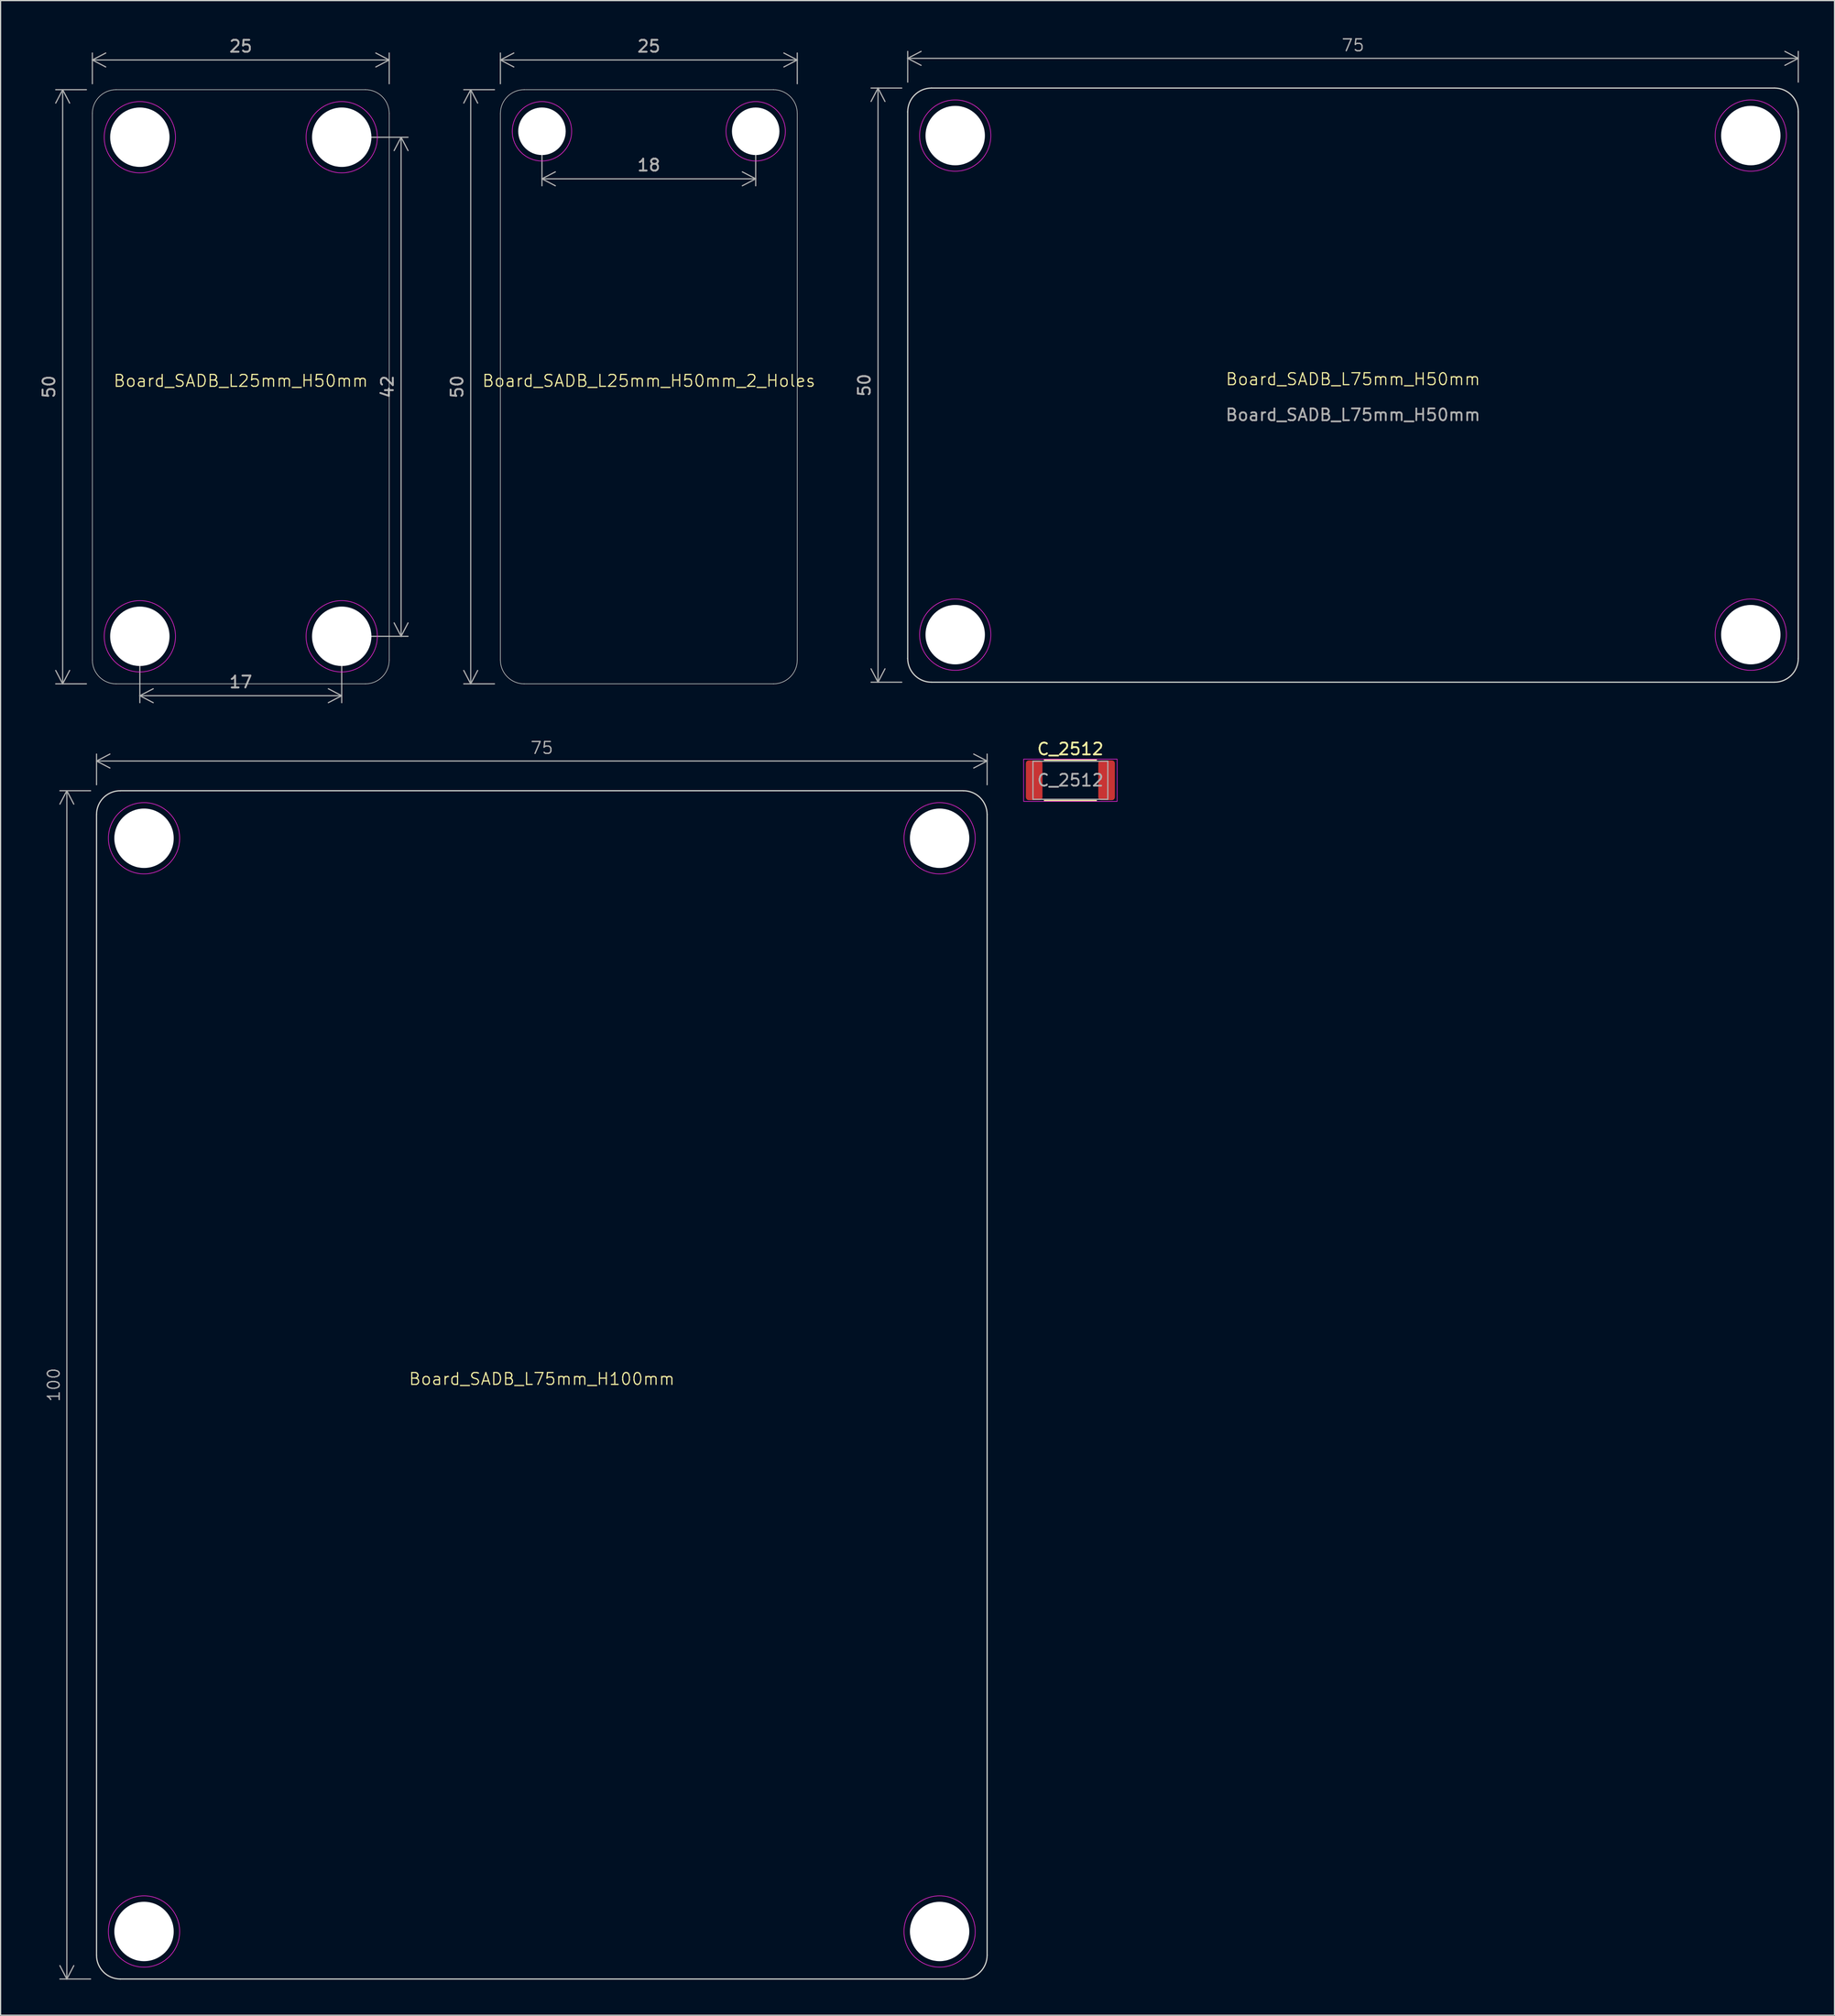
<source format=kicad_pcb>
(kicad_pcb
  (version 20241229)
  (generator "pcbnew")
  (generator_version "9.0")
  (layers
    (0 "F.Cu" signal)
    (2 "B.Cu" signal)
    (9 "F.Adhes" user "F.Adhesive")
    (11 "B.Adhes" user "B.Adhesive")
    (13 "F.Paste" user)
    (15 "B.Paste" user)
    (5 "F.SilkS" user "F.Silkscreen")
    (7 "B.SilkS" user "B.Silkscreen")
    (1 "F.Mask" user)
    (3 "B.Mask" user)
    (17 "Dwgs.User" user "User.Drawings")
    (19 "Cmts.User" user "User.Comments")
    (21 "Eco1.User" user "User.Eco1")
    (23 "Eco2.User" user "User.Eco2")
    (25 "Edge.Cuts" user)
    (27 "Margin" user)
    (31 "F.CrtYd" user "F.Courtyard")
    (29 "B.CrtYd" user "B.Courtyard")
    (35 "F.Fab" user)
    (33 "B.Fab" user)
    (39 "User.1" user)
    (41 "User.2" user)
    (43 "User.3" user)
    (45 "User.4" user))
  (footprint "Board_SADB_L75mm_H100mm"
    (layer "F.Cu")
    (at 42.579 113.495)
    (property "Reference" "Board_SADB_L75mm_H100mm" (at 0 -0.5 0) (unlocked yes) (layer "F.SilkS") (effects (font (size 1 1) (thickness 0.1))))
    (attr through_hole)
    (fp_line (start -37.5 48) (end -37.5 -48) (stroke (width 0.1) (type default)) (layer "Edge.Cuts"))
    (fp_line (start -35.5 -50) (end 35.5 -50) (stroke (width 0.1) (type default)) (layer "Edge.Cuts"))
    (fp_line (start 35.5 50) (end -35.5 50) (stroke (width 0.1) (type default)) (layer "Edge.Cuts"))
    (fp_line (start 37.5 -48) (end 37.5 48) (stroke (width 0.1) (type default)) (layer "Edge.Cuts"))
    (fp_arc (start -37.5 -48) (mid -36.914214 -49.414214) (end -35.5 -50) (stroke (width 0.1) (type default)) (layer "Edge.Cuts"))
    (fp_arc (start -35.5 50) (mid -36.914214 49.414214) (end -37.5 48) (stroke (width 0.1) (type default)) (layer "Edge.Cuts"))
    (fp_arc (start 35.5 -50) (mid 36.914214 -49.414214) (end 37.5 -48) (stroke (width 0.1) (type default)) (layer "Edge.Cuts"))
    (fp_arc (start 37.5 48) (mid 36.914214 49.414214) (end 35.5 50) (stroke (width 0.1) (type default)) (layer "Edge.Cuts"))
    (fp_circle (center -33.5 -46) (end -30.5 -46) (stroke (width 0.05) (type default)) (fill no) (layer "F.CrtYd"))
    (fp_circle (center -33.5 46) (end -30.5 46) (stroke (width 0.05) (type default)) (fill no) (layer "F.CrtYd"))
    (fp_circle (center 33.5 -46) (end 36.5 -46) (stroke (width 0.05) (type default)) (fill no) (layer "F.CrtYd"))
    (fp_circle (center 33.5 46) (end 36.5 46) (stroke (width 0.05) (type default)) (fill no) (layer "F.CrtYd"))
    (dimension (type orthogonal) (layer "F.Fab") (pts (xy 5.079 63.495) (xy 5.079 163.495)) (height -2.5) (orientation 1) (format (prefix "") (suffix "") (units 3) (units_format 0) (precision 4) (suppress_zeroes yes)) (style (thickness 0.1) (arrow_length 1.27) (text_position_mode 0) (arrow_direction outward) (extension_height 0.586) (extension_offset 0.5) (keep_text_aligned yes)) (gr_text "100" (at 1.479 113.495 90) (layer "F.Fab") (effects (font (size 1 1) (thickness 0.1)))))
    (dimension (type orthogonal) (layer "F.Fab") (pts (xy 80.079 63.495) (xy 5.079 63.495)) (height -2.5) (orientation 0) (format (prefix "") (suffix "") (units 3) (units_format 0) (precision 4) (suppress_zeroes yes)) (style (thickness 0.1) (arrow_length 1.27) (text_position_mode 0) (arrow_direction outward) (extension_height 0.586) (extension_offset 0.5) (keep_text_aligned yes)) (gr_text "75" (at 42.579 59.895 0) (layer "F.Fab") (effects (font (size 1 1) (thickness 0.1)))))
    (pad "" np_thru_hole circle (at -33.5 -46) (size 5 5) (drill 5) (layers "*.Cu" "*.Mask"))
    (pad "" np_thru_hole circle (at -33.5 46) (size 5 5) (drill 5) (layers "*.Cu" "*.Mask"))
    (pad "" np_thru_hole circle (at 33.5 -46) (size 5 5) (drill 5) (layers "*.Cu" "*.Mask"))
    (pad "" np_thru_hole circle (at 33.5 46) (size 5 5) (drill 5) (layers "*.Cu" "*.Mask")))
  (footprint "Board_SADB_L75mm_H50mm"
    (layer "F.Cu")
    (at 110.892 29.36)
    (property "Reference" "Board_SADB_L75mm_H50mm" (at 0 -0.5 0) (unlocked yes) (layer "F.SilkS") (effects (font (size 1 1) (thickness 0.1))))
    (attr through_hole)
    (fp_line (start -37.5 23) (end -37.5 -23) (stroke (width 0.1) (type default)) (layer "Edge.Cuts"))
    (fp_line (start -35.5 -25) (end 35.5 -25) (stroke (width 0.1) (type default)) (layer "Edge.Cuts"))
    (fp_line (start 35.5 25) (end -35.5 25) (stroke (width 0.1) (type default)) (layer "Edge.Cuts"))
    (fp_line (start 37.5 -23) (end 37.5 23) (stroke (width 0.1) (type default)) (layer "Edge.Cuts"))
    (fp_arc (start -37.5 -23) (mid -36.914214 -24.414214) (end -35.5 -25) (stroke (width 0.1) (type default)) (layer "Edge.Cuts"))
    (fp_arc (start -35.5 25) (mid -36.914214 24.414214) (end -37.5 23) (stroke (width 0.1) (type default)) (layer "Edge.Cuts"))
    (fp_arc (start 35.5 -25) (mid 36.914214 -24.414214) (end 37.5 -23) (stroke (width 0.1) (type default)) (layer "Edge.Cuts"))
    (fp_arc (start 37.5 23) (mid 36.914214 24.414214) (end 35.5 25) (stroke (width 0.1) (type default)) (layer "Edge.Cuts"))
    (fp_circle (center -33.5 -21) (end -30.5 -21) (stroke (width 0.05) (type default)) (fill no) (layer "F.CrtYd"))
    (fp_circle (center -33.5 21) (end -30.5 21) (stroke (width 0.05) (type default)) (fill no) (layer "F.CrtYd"))
    (fp_circle (center 33.5 -21) (end 36.5 -21) (stroke (width 0.05) (type default)) (fill no) (layer "F.CrtYd"))
    (fp_circle (center 33.5 21) (end 36.5 21) (stroke (width 0.05) (type default)) (fill no) (layer "F.CrtYd"))
    (fp_text user "${REFERENCE}" (at 0 2.5 0) (unlocked yes) (layer "F.Fab") (effects (font (size 1 1) (thickness 0.15))))
    (dimension (type orthogonal) (layer "F.Fab") (pts (xy 73.392 4.361) (xy 73.392 54.361)) (height -2.5) (orientation 1) (format (prefix "") (suffix "") (units 3) (units_format 0) (precision 4) (suppress_zeroes yes)) (style (thickness 0.1) (arrow_length 1.27) (text_position_mode 0) (arrow_direction outward) (extension_height 0.586) (extension_offset 0.5) (keep_text_aligned yes)) (gr_text "50" (at 69.742 29.36 90) (layer "F.Fab") (effects (font (size 1 1) (thickness 0.15)))))
    (dimension (type orthogonal) (layer "F.Fab") (pts (xy 148.392 4.361) (xy 73.392 4.361)) (height -2.5) (orientation 0) (format (prefix "") (suffix "") (units 3) (units_format 0) (precision 4) (suppress_zeroes yes)) (style (thickness 0.1) (arrow_length 1.27) (text_position_mode 0) (arrow_direction outward) (extension_height 0.586) (extension_offset 0.5) (keep_text_aligned yes)) (gr_text "75" (at 110.892 0.76 0) (layer "F.Fab") (effects (font (size 1 1) (thickness 0.1)))))
    (pad "" np_thru_hole circle (at -33.5 -21) (size 5 5) (drill 5) (layers "*.Cu" "*.Mask"))
    (pad "" np_thru_hole circle (at -33.5 21) (size 5 5) (drill 5) (layers "*.Cu" "*.Mask"))
    (pad "" np_thru_hole circle (at 33.5 -21) (size 5 5) (drill 5) (layers "*.Cu" "*.Mask"))
    (pad "" np_thru_hole circle (at 33.5 21) (size 5 5) (drill 5) (layers "*.Cu" "*.Mask")))
  (footprint "C_2512"
    (layer "F.Cu")
    (at 87.091 62.613)
    (property "Reference" "C_2512" (at 0 -2.63 0) (layer "F.SilkS") (effects (font (size 1 1) (thickness 0.15))))
    (attr smd)
    (fp_line (start -2.177 -1.71) (end 2.177 -1.71) (stroke (width 0.12) (type solid)) (layer "F.SilkS"))
    (fp_line (start -2.177 1.71) (end 2.177 1.71) (stroke (width 0.12) (type solid)) (layer "F.SilkS"))
    (fp_rect (start -3.937 -1.778) (end 3.937 1.778) (stroke (width 0.05) (type default)) (fill no) (layer "F.CrtYd"))
    (fp_line (start -3.15 -1.6) (end 3.15 -1.6) (stroke (width 0.1) (type solid)) (layer "F.Fab"))
    (fp_line (start -3.15 1.6) (end -3.15 -1.6) (stroke (width 0.1) (type solid)) (layer "F.Fab"))
    (fp_line (start 3.15 -1.6) (end 3.15 1.6) (stroke (width 0.1) (type solid)) (layer "F.Fab"))
    (fp_line (start 3.15 1.6) (end -3.15 1.6) (stroke (width 0.1) (type solid)) (layer "F.Fab"))
    (fp_text user "${REFERENCE}" (at 0 0 0) (layer "F.Fab") (effects (font (size 1 1) (thickness 0.15))))
    (pad "1" smd roundrect (at -3.05 0) (size 1.4 3.35) (layers "F.Cu" "F.Mask" "F.Paste") (roundrect_rratio 0.179))
    (pad "2" smd roundrect (at 3.05 0) (size 1.4 3.35) (layers "F.Cu" "F.Mask" "F.Paste") (roundrect_rratio 0.179)))
  (footprint "Board_SADB_L25mm_H50mm"
    (layer "F.Cu")
    (at 17.227 29.498)
    (property "Reference" "Board_SADB_L25mm_H50mm" (at 0 -0.5 0) (unlocked yes) (layer "F.SilkS") (effects (font (size 1 1) (thickness 0.1))))
    (attr through_hole)
    (fp_line (start -12.5 23) (end -12.5 -23) (stroke (width 0.05) (type default)) (layer "Edge.Cuts"))
    (fp_line (start -10.5 -25) (end 10.5 -25) (stroke (width 0.05) (type default)) (layer "Edge.Cuts"))
    (fp_line (start 10.5 25) (end -10.5 25) (stroke (width 0.05) (type default)) (layer "Edge.Cuts"))
    (fp_line (start 12.5 -23) (end 12.5 23) (stroke (width 0.05) (type default)) (layer "Edge.Cuts"))
    (fp_arc (start -12.5 -23) (mid -11.914214 -24.414214) (end -10.5 -25) (stroke (width 0.05) (type default)) (layer "Edge.Cuts"))
    (fp_arc (start -10.5 25) (mid -11.914214 24.414214) (end -12.5 23) (stroke (width 0.05) (type default)) (layer "Edge.Cuts"))
    (fp_arc (start 10.5 -25) (mid 11.914214 -24.414214) (end 12.5 -23) (stroke (width 0.05) (type default)) (layer "Edge.Cuts"))
    (fp_arc (start 12.5 23) (mid 11.914214 24.414214) (end 10.5 25) (stroke (width 0.05) (type default)) (layer "Edge.Cuts"))
    (fp_circle (center -8.5 -21) (end -5.5 -21) (stroke (width 0.05) (type default)) (fill no) (layer "F.CrtYd"))
    (fp_circle (center -8.5 21) (end -5.5 21) (stroke (width 0.05) (type default)) (fill no) (layer "F.CrtYd"))
    (fp_circle (center 8.5 -21) (end 11.5 -21) (stroke (width 0.05) (type default)) (fill no) (layer "F.CrtYd"))
    (fp_circle (center 8.5 21) (end 11.5 21) (stroke (width 0.05) (type default)) (fill no) (layer "F.CrtYd"))
    (dimension (type orthogonal) (layer "F.Fab") (pts (xy 4.727 54.498) (xy 4.727 4.498)) (height -2.5) (orientation 1) (format (prefix "") (suffix "") (units 3) (units_format 0) (precision 4) (suppress_zeroes yes)) (style (thickness 0.1) (arrow_length 1.27) (text_position_mode 0) (arrow_direction outward) (extension_height 0.586) (extension_offset 0.5) (keep_text_aligned yes)) (gr_text "50" (at 1.077 29.498 90) (layer "F.Fab") (effects (font (size 1 1) (thickness 0.15)))))
    (dimension (type orthogonal) (layer "F.Fab") (pts (xy 25.727 50.498) (xy 25.727 8.498)) (height 5) (orientation 1) (format (prefix "") (suffix "") (units 3) (units_format 0) (precision 4) (suppress_zeroes yes)) (style (thickness 0.1) (arrow_length 1.27) (text_position_mode 0) (arrow_direction outward) (extension_height 0.586) (extension_offset 0.5) (keep_text_aligned yes)) (gr_text "42" (at 29.577 29.498 90) (layer "F.Fab") (effects (font (size 1 1) (thickness 0.15)))))
    (dimension (type orthogonal) (layer "F.Fab") (pts (xy 25.727 50.498) (xy 8.727 50.498)) (height 5) (orientation 0) (format (prefix "") (suffix "") (units 3) (units_format 0) (precision 4) (suppress_zeroes yes)) (style (thickness 0.1) (arrow_length 1.27) (text_position_mode 0) (arrow_direction outward) (extension_height 0.586) (extension_offset 0.5) (keep_text_aligned yes)) (gr_text "17" (at 17.227 54.348 0) (layer "F.Fab") (effects (font (size 1 1) (thickness 0.15)))))
    (dimension (type orthogonal) (layer "F.Fab") (pts (xy 4.727 4.498) (xy 29.727 4.498)) (height -2.5) (orientation 0) (format (prefix "") (suffix "") (units 3) (units_format 0) (precision 4) (suppress_zeroes yes)) (style (thickness 0.1) (arrow_length 1.27) (text_position_mode 0) (arrow_direction outward) (extension_height 0.586) (extension_offset 0.5) (keep_text_aligned yes)) (gr_text "25" (at 17.227 0.848 0) (layer "F.Fab") (effects (font (size 1 1) (thickness 0.15)))))
    (pad "" np_thru_hole circle (at -8.5 -21) (size 5 5) (drill 5) (layers "*.Cu" "*.Mask"))
    (pad "" np_thru_hole circle (at -8.5 21) (size 5 5) (drill 5) (layers "*.Cu" "*.Mask"))
    (pad "" np_thru_hole circle (at 8.5 -21) (size 5 5) (drill 5) (layers "*.Cu" "*.Mask"))
    (pad "" np_thru_hole circle (at 8.5 21) (size 5 5) (drill 5) (layers "*.Cu" "*.Mask")))
  (footprint "Board_SADB_L25mm_H50mm_2_Holes"
    (layer "F.Cu")
    (at 51.591 29.498)
    (property "Reference" "Board_SADB_L25mm_H50mm_2_Holes" (at 0 -0.5 0) (unlocked yes) (layer "F.SilkS") (effects (font (size 1 1) (thickness 0.1))))
    (attr through_hole)
    (fp_line (start -12.5 23) (end -12.5 -23) (stroke (width 0.05) (type default)) (layer "Edge.Cuts"))
    (fp_line (start -10.5 -25) (end 10.5 -25) (stroke (width 0.05) (type default)) (layer "Edge.Cuts"))
    (fp_line (start 10.5 25) (end -10.5 25) (stroke (width 0.05) (type default)) (layer "Edge.Cuts"))
    (fp_line (start 12.5 -23) (end 12.5 23) (stroke (width 0.05) (type default)) (layer "Edge.Cuts"))
    (fp_arc (start -12.5 -23) (mid -11.914214 -24.414214) (end -10.5 -25) (stroke (width 0.05) (type default)) (layer "Edge.Cuts"))
    (fp_arc (start -10.5 25) (mid -11.914214 24.414214) (end -12.5 23) (stroke (width 0.05) (type default)) (layer "Edge.Cuts"))
    (fp_arc (start 10.5 -25) (mid 11.914214 -24.414214) (end 12.5 -23) (stroke (width 0.05) (type default)) (layer "Edge.Cuts"))
    (fp_arc (start 12.5 23) (mid 11.914214 24.414214) (end 10.5 25) (stroke (width 0.05) (type default)) (layer "Edge.Cuts"))
    (fp_circle (center -9 -21.5) (end -6.5 -21.5) (stroke (width 0.05) (type default)) (fill no) (layer "F.CrtYd"))
    (fp_circle (center 9 -21.5) (end 11.5 -21.5) (stroke (width 0.05) (type default)) (fill no) (layer "F.CrtYd"))
    (dimension (type orthogonal) (layer "F.Fab") (pts (xy 60.591 7.998) (xy 42.591 7.998)) (height 4) (orientation 0) (format (prefix "") (suffix "") (units 3) (units_format 0) (precision 4) (suppress_zeroes yes)) (style (thickness 0.1) (arrow_length 1.27) (text_position_mode 0) (arrow_direction outward) (extension_height 0.586) (extension_offset 0.5) (keep_text_aligned yes)) (gr_text "18" (at 51.591 10.848 0) (layer "F.Fab") (effects (font (size 1 1) (thickness 0.15)))))
    (dimension (type orthogonal) (layer "F.Fab") (pts (xy 39.091 54.498) (xy 39.091 4.498)) (height -2.5) (orientation 1) (format (prefix "") (suffix "") (units 3) (units_format 0) (precision 4) (suppress_zeroes yes)) (style (thickness 0.1) (arrow_length 1.27) (text_position_mode 0) (arrow_direction outward) (extension_height 0.586) (extension_offset 0.5) (keep_text_aligned yes)) (gr_text "50" (at 35.441 29.498 90) (layer "F.Fab") (effects (font (size 1 1) (thickness 0.15)))))
    (dimension (type orthogonal) (layer "F.Fab") (pts (xy 39.091 4.498) (xy 64.091 4.498)) (height -2.5) (orientation 0) (format (prefix "") (suffix "") (units 3) (units_format 0) (precision 4) (suppress_zeroes yes)) (style (thickness 0.1) (arrow_length 1.27) (text_position_mode 0) (arrow_direction outward) (extension_height 0.586) (extension_offset 0.5) (keep_text_aligned yes)) (gr_text "25" (at 51.591 0.848 0) (layer "F.Fab") (effects (font (size 1 1) (thickness 0.15)))))
    (pad "" np_thru_hole circle (at -9 -21.5) (size 4 4) (drill 4) (layers "*.Cu" "*.Mask"))
    (pad "" np_thru_hole circle (at 9 -21.5) (size 4 4) (drill 4) (layers "*.Cu" "*.Mask")))
  (gr_rect
    (start -3 -3)
    (end 151.442 166.545)
    (stroke (width 0.1) (type default))
    (fill no)
    (layer "Edge.Cuts")))
</source>
